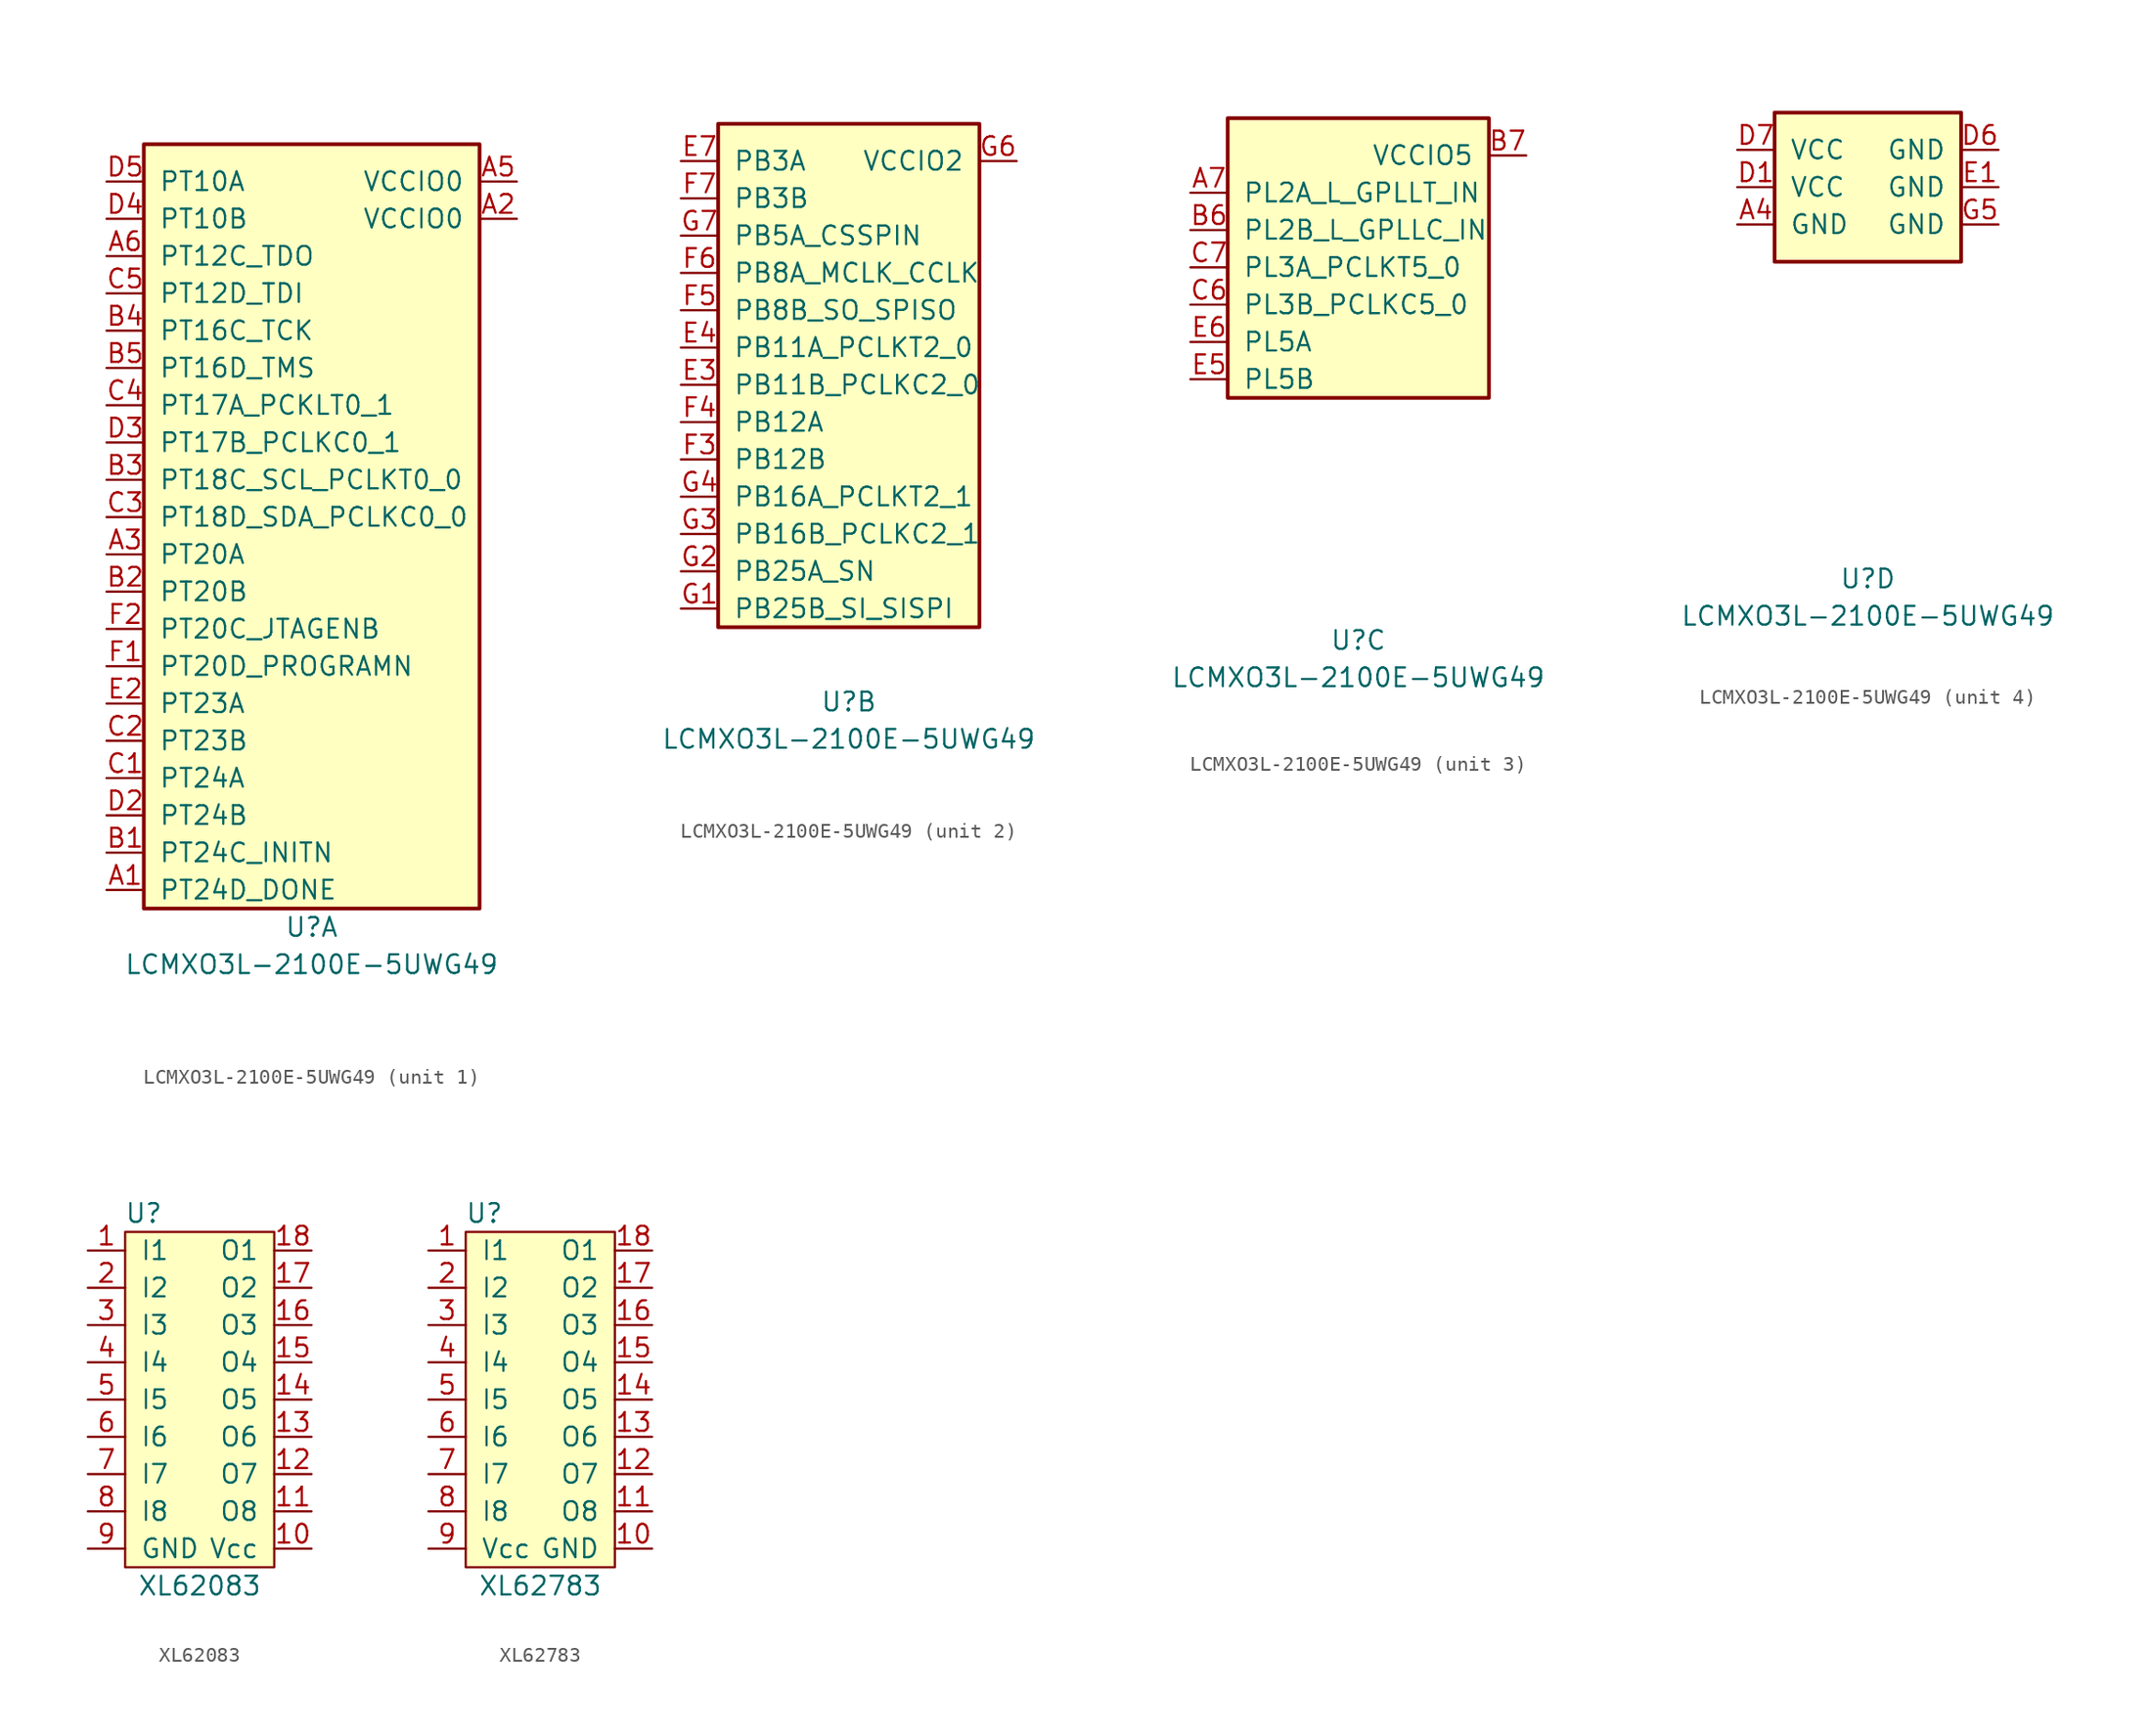
<source format=kicad_sym>
(kicad_symbol_lib
  (version 20211014)
  (generator kicad_symbol_editor)
  (symbol "LCMXO3L-2100E-5UWG49"
    (pin_names
      (offset 1.016))
    (property "Reference" "U"
      (at 0 -26.67 0)
      (effects (font (size 1.27 1.27))))
    (property "Value" "LCMXO3L-2100E-5UWG49"
      (at 0 -29.21 0)
      (effects (font (size 1.27 1.27))))
    (property "ki_locked" ""
      (at 0 0 0)
      (effects (font (size 1.27 1.27))))
    (symbol "LCMXO3L-2100E-5UWG49_1_1"
      (rectangle (start -11.43 26.67) (end 11.43 -25.4) (stroke (width 0.254) (type default) (color 0 0 0 0)) (fill (type background)))
      (pin bidirectional line (at -13.97 -24.13 0) (length 2.54) (name "PT24D_DONE" (effects (font (size 1.27 1.27)))) (number "A1" (effects (font (size 1.27 1.27)))))
      (pin power_in line (at 13.97 21.59 180) (length 2.54) (name "VCCIO0" (effects (font (size 1.27 1.27)))) (number "A2" (effects (font (size 1.27 1.27)))))
      (pin bidirectional line (at -13.97 -1.27 0) (length 2.54) (name "PT20A" (effects (font (size 1.27 1.27)))) (number "A3" (effects (font (size 1.27 1.27)))))
      (pin power_in line (at 13.97 24.13 180) (length 2.54) (name "VCCIO0" (effects (font (size 1.27 1.27)))) (number "A5" (effects (font (size 1.27 1.27)))))
      (pin bidirectional line (at -13.97 19.05 0) (length 2.54) (name "PT12C_TDO" (effects (font (size 1.27 1.27)))) (number "A6" (effects (font (size 1.27 1.27)))))
      (pin bidirectional line (at -13.97 -21.59 0) (length 2.54) (name "PT24C_INITN" (effects (font (size 1.27 1.27)))) (number "B1" (effects (font (size 1.27 1.27)))))
      (pin bidirectional line (at -13.97 -3.81 0) (length 2.54) (name "PT20B" (effects (font (size 1.27 1.27)))) (number "B2" (effects (font (size 1.27 1.27)))))
      (pin bidirectional line (at -13.97 3.81 0) (length 2.54) (name "PT18C_SCL_PCLKT0_0" (effects (font (size 1.27 1.27)))) (number "B3" (effects (font (size 1.27 1.27)))))
      (pin bidirectional line (at -13.97 13.97 0) (length 2.54) (name "PT16C_TCK" (effects (font (size 1.27 1.27)))) (number "B4" (effects (font (size 1.27 1.27)))))
      (pin bidirectional line (at -13.97 11.43 0) (length 2.54) (name "PT16D_TMS" (effects (font (size 1.27 1.27)))) (number "B5" (effects (font (size 1.27 1.27)))))
      (pin bidirectional line (at -13.97 -16.51 0) (length 2.54) (name "PT24A" (effects (font (size 1.27 1.27)))) (number "C1" (effects (font (size 1.27 1.27)))))
      (pin bidirectional line (at -13.97 -13.97 0) (length 2.54) (name "PT23B" (effects (font (size 1.27 1.27)))) (number "C2" (effects (font (size 1.27 1.27)))))
      (pin bidirectional line (at -13.97 1.27 0) (length 2.54) (name "PT18D_SDA_PCLKC0_0" (effects (font (size 1.27 1.27)))) (number "C3" (effects (font (size 1.27 1.27)))))
      (pin bidirectional line (at -13.97 8.89 0) (length 2.54) (name "PT17A_PCKLT0_1" (effects (font (size 1.27 1.27)))) (number "C4" (effects (font (size 1.27 1.27)))))
      (pin bidirectional line (at -13.97 16.51 0) (length 2.54) (name "PT12D_TDI" (effects (font (size 1.27 1.27)))) (number "C5" (effects (font (size 1.27 1.27)))))
      (pin bidirectional line (at -13.97 -19.05 0) (length 2.54) (name "PT24B" (effects (font (size 1.27 1.27)))) (number "D2" (effects (font (size 1.27 1.27)))))
      (pin bidirectional line (at -13.97 6.35 0) (length 2.54) (name "PT17B_PCLKC0_1" (effects (font (size 1.27 1.27)))) (number "D3" (effects (font (size 1.27 1.27)))))
      (pin bidirectional line (at -13.97 21.59 0) (length 2.54) (name "PT10B" (effects (font (size 1.27 1.27)))) (number "D4" (effects (font (size 1.27 1.27)))))
      (pin bidirectional line (at -13.97 24.13 0) (length 2.54) (name "PT10A" (effects (font (size 1.27 1.27)))) (number "D5" (effects (font (size 1.27 1.27)))))
      (pin bidirectional line (at -13.97 -11.43 0) (length 2.54) (name "PT23A" (effects (font (size 1.27 1.27)))) (number "E2" (effects (font (size 1.27 1.27)))))
      (pin bidirectional line (at -13.97 -8.89 0) (length 2.54) (name "PT20D_PROGRAMN" (effects (font (size 1.27 1.27)))) (number "F1" (effects (font (size 1.27 1.27)))))
      (pin bidirectional line (at -13.97 -6.35 0) (length 2.54) (name "PT20C_JTAGENB" (effects (font (size 1.27 1.27)))) (number "F2" (effects (font (size 1.27 1.27))))))
    (symbol "LCMXO3L-2100E-5UWG49_2_1"
      (rectangle (start -8.89 12.7) (end 8.89 -21.59) (stroke (width 0.254) (type default) (color 0 0 0 0)) (fill (type background)))
      (pin bidirectional line (at -11.43 -5.08 0) (length 2.54) (name "PB11B_PCLKC2_0" (effects (font (size 1.27 1.27)))) (number "E3" (effects (font (size 1.27 1.27)))))
      (pin bidirectional line (at -11.43 -2.54 0) (length 2.54) (name "PB11A_PCLKT2_0" (effects (font (size 1.27 1.27)))) (number "E4" (effects (font (size 1.27 1.27)))))
      (pin bidirectional line (at -11.43 10.16 0) (length 2.54) (name "PB3A" (effects (font (size 1.27 1.27)))) (number "E7" (effects (font (size 1.27 1.27)))))
      (pin bidirectional line (at -11.43 -10.16 0) (length 2.54) (name "PB12B" (effects (font (size 1.27 1.27)))) (number "F3" (effects (font (size 1.27 1.27)))))
      (pin bidirectional line (at -11.43 -7.62 0) (length 2.54) (name "PB12A" (effects (font (size 1.27 1.27)))) (number "F4" (effects (font (size 1.27 1.27)))))
      (pin bidirectional line (at -11.43 0 0) (length 2.54) (name "PB8B_SO_SPISO" (effects (font (size 1.27 1.27)))) (number "F5" (effects (font (size 1.27 1.27)))))
      (pin bidirectional line (at -11.43 2.54 0) (length 2.54) (name "PB8A_MCLK_CCLK" (effects (font (size 1.27 1.27)))) (number "F6" (effects (font (size 1.27 1.27)))))
      (pin bidirectional line (at -11.43 7.62 0) (length 2.54) (name "PB3B" (effects (font (size 1.27 1.27)))) (number "F7" (effects (font (size 1.27 1.27)))))
      (pin bidirectional line (at -11.43 -20.32 0) (length 2.54) (name "PB25B_SI_SISPI" (effects (font (size 1.27 1.27)))) (number "G1" (effects (font (size 1.27 1.27)))))
      (pin bidirectional line (at -11.43 -17.78 0) (length 2.54) (name "PB25A_SN" (effects (font (size 1.27 1.27)))) (number "G2" (effects (font (size 1.27 1.27)))))
      (pin bidirectional line (at -11.43 -15.24 0) (length 2.54) (name "PB16B_PCLKC2_1" (effects (font (size 1.27 1.27)))) (number "G3" (effects (font (size 1.27 1.27)))))
      (pin bidirectional line (at -11.43 -12.7 0) (length 2.54) (name "PB16A_PCLKT2_1" (effects (font (size 1.27 1.27)))) (number "G4" (effects (font (size 1.27 1.27)))))
      (pin power_in line (at 11.43 10.16 180) (length 2.54) (name "VCCIO2" (effects (font (size 1.27 1.27)))) (number "G6" (effects (font (size 1.27 1.27)))))
      (pin bidirectional line (at -11.43 5.08 0) (length 2.54) (name "PB5A_CSSPIN" (effects (font (size 1.27 1.27)))) (number "G7" (effects (font (size 1.27 1.27))))))
    (symbol "LCMXO3L-2100E-5UWG49_3_1"
      (rectangle (start -8.89 8.89) (end 8.89 -10.16) (stroke (width 0.254) (type default) (color 0 0 0 0)) (fill (type background)))
      (pin bidirectional line (at -11.43 3.81 0) (length 2.54) (name "PL2A_L_GPLLT_IN" (effects (font (size 1.27 1.27)))) (number "A7" (effects (font (size 1.27 1.27)))))
      (pin bidirectional line (at -11.43 1.27 0) (length 2.54) (name "PL2B_L_GPLLC_IN" (effects (font (size 1.27 1.27)))) (number "B6" (effects (font (size 1.27 1.27)))))
      (pin power_in line (at 11.43 6.35 180) (length 2.54) (name "VCCIO5" (effects (font (size 1.27 1.27)))) (number "B7" (effects (font (size 1.27 1.27)))))
      (pin bidirectional line (at -11.43 -3.81 0) (length 2.54) (name "PL3B_PCLKC5_0" (effects (font (size 1.27 1.27)))) (number "C6" (effects (font (size 1.27 1.27)))))
      (pin bidirectional line (at -11.43 -1.27 0) (length 2.54) (name "PL3A_PCLKT5_0" (effects (font (size 1.27 1.27)))) (number "C7" (effects (font (size 1.27 1.27)))))
      (pin bidirectional line (at -11.43 -8.89 0) (length 2.54) (name "PL5B" (effects (font (size 1.27 1.27)))) (number "E5" (effects (font (size 1.27 1.27)))))
      (pin bidirectional line (at -11.43 -6.35 0) (length 2.54) (name "PL5A" (effects (font (size 1.27 1.27)))) (number "E6" (effects (font (size 1.27 1.27))))))
    (symbol "LCMXO3L-2100E-5UWG49_4_1"
      (rectangle (start -6.35 5.08) (end 6.35 -5.08) (stroke (width 0.254) (type default) (color 0 0 0 0)) (fill (type background)))
      (pin power_in line (at -8.89 -2.54 0) (length 2.54) (name "GND" (effects (font (size 1.27 1.27)))) (number "A4" (effects (font (size 1.27 1.27)))))
      (pin power_in line (at -8.89 0 0) (length 2.54) (name "VCC" (effects (font (size 1.27 1.27)))) (number "D1" (effects (font (size 1.27 1.27)))))
      (pin power_in line (at 8.89 2.54 180) (length 2.54) (name "GND" (effects (font (size 1.27 1.27)))) (number "D6" (effects (font (size 1.27 1.27)))))
      (pin power_in line (at -8.89 2.54 0) (length 2.54) (name "VCC" (effects (font (size 1.27 1.27)))) (number "D7" (effects (font (size 1.27 1.27)))))
      (pin power_in line (at 8.89 0 180) (length 2.54) (name "GND" (effects (font (size 1.27 1.27)))) (number "E1" (effects (font (size 1.27 1.27)))))
      (pin power_in line (at 8.89 -2.54 180) (length 2.54) (name "GND" (effects (font (size 1.27 1.27)))) (number "G5" (effects (font (size 1.27 1.27)))))))
  (symbol "XL62083"
    (pin_names
      (offset 1.016))
    (property "Reference" "U"
      (at -3.81 12.7 0)
      (effects (font (size 1.27 1.27))))
    (property "Value" "XL62083"
      (at 0 -12.7 0)
      (effects (font (size 1.27 1.27))))
    (symbol "XL62083_0_1"
      (rectangle (start -5.08 11.43) (end 5.08 -11.43) (stroke (width 0) (type default) (color 0 0 0 0)) (fill (type background))))
    (symbol "XL62083_1_1"
      (pin input line (at -7.62 10.16 0) (length 2.54) (name "I1" (effects (font (size 1.27 1.27)))) (number "1" (effects (font (size 1.27 1.27)))))
      (pin power_in line (at 7.62 -10.16 180) (length 2.54) (name "Vcc" (effects (font (size 1.27 1.27)))) (number "10" (effects (font (size 1.27 1.27)))))
      (pin output line (at 7.62 -7.62 180) (length 2.54) (name "O8" (effects (font (size 1.27 1.27)))) (number "11" (effects (font (size 1.27 1.27)))))
      (pin output line (at 7.62 -5.08 180) (length 2.54) (name "O7" (effects (font (size 1.27 1.27)))) (number "12" (effects (font (size 1.27 1.27)))))
      (pin output line (at 7.62 -2.54 180) (length 2.54) (name "O6" (effects (font (size 1.27 1.27)))) (number "13" (effects (font (size 1.27 1.27)))))
      (pin output line (at 7.62 0 180) (length 2.54) (name "O5" (effects (font (size 1.27 1.27)))) (number "14" (effects (font (size 1.27 1.27)))))
      (pin output line (at 7.62 2.54 180) (length 2.54) (name "O4" (effects (font (size 1.27 1.27)))) (number "15" (effects (font (size 1.27 1.27)))))
      (pin output line (at 7.62 5.08 180) (length 2.54) (name "O3" (effects (font (size 1.27 1.27)))) (number "16" (effects (font (size 1.27 1.27)))))
      (pin output line (at 7.62 7.62 180) (length 2.54) (name "O2" (effects (font (size 1.27 1.27)))) (number "17" (effects (font (size 1.27 1.27)))))
      (pin output line (at 7.62 10.16 180) (length 2.54) (name "O1" (effects (font (size 1.27 1.27)))) (number "18" (effects (font (size 1.27 1.27)))))
      (pin input line (at -7.62 7.62 0) (length 2.54) (name "I2" (effects (font (size 1.27 1.27)))) (number "2" (effects (font (size 1.27 1.27)))))
      (pin input line (at -7.62 5.08 0) (length 2.54) (name "I3" (effects (font (size 1.27 1.27)))) (number "3" (effects (font (size 1.27 1.27)))))
      (pin input line (at -7.62 2.54 0) (length 2.54) (name "I4" (effects (font (size 1.27 1.27)))) (number "4" (effects (font (size 1.27 1.27)))))
      (pin input line (at -7.62 0 0) (length 2.54) (name "I5" (effects (font (size 1.27 1.27)))) (number "5" (effects (font (size 1.27 1.27)))))
      (pin input line (at -7.62 -2.54 0) (length 2.54) (name "I6" (effects (font (size 1.27 1.27)))) (number "6" (effects (font (size 1.27 1.27)))))
      (pin input line (at -7.62 -5.08 0) (length 2.54) (name "I7" (effects (font (size 1.27 1.27)))) (number "7" (effects (font (size 1.27 1.27)))))
      (pin input line (at -7.62 -7.62 0) (length 2.54) (name "I8" (effects (font (size 1.27 1.27)))) (number "8" (effects (font (size 1.27 1.27)))))
      (pin power_in line (at -7.62 -10.16 0) (length 2.54) (name "GND" (effects (font (size 1.27 1.27)))) (number "9" (effects (font (size 1.27 1.27)))))))
  (symbol "XL62783"
    (pin_names
      (offset 1.016))
    (property "Reference" "U"
      (at -3.81 12.7 0)
      (effects (font (size 1.27 1.27))))
    (property "Value" "XL62783"
      (at 0 -12.7 0)
      (effects (font (size 1.27 1.27))))
    (symbol "XL62783_0_1"
      (rectangle (start -5.08 11.43) (end 5.08 -11.43) (stroke (width 0) (type default) (color 0 0 0 0)) (fill (type background))))
    (symbol "XL62783_1_1"
      (pin input line (at -7.62 10.16 0) (length 2.54) (name "I1" (effects (font (size 1.27 1.27)))) (number "1" (effects (font (size 1.27 1.27)))))
      (pin power_in line (at 7.62 -10.16 180) (length 2.54) (name "GND" (effects (font (size 1.27 1.27)))) (number "10" (effects (font (size 1.27 1.27)))))
      (pin output line (at 7.62 -7.62 180) (length 2.54) (name "O8" (effects (font (size 1.27 1.27)))) (number "11" (effects (font (size 1.27 1.27)))))
      (pin output line (at 7.62 -5.08 180) (length 2.54) (name "O7" (effects (font (size 1.27 1.27)))) (number "12" (effects (font (size 1.27 1.27)))))
      (pin output line (at 7.62 -2.54 180) (length 2.54) (name "O6" (effects (font (size 1.27 1.27)))) (number "13" (effects (font (size 1.27 1.27)))))
      (pin output line (at 7.62 0 180) (length 2.54) (name "O5" (effects (font (size 1.27 1.27)))) (number "14" (effects (font (size 1.27 1.27)))))
      (pin output line (at 7.62 2.54 180) (length 2.54) (name "O4" (effects (font (size 1.27 1.27)))) (number "15" (effects (font (size 1.27 1.27)))))
      (pin output line (at 7.62 5.08 180) (length 2.54) (name "O3" (effects (font (size 1.27 1.27)))) (number "16" (effects (font (size 1.27 1.27)))))
      (pin output line (at 7.62 7.62 180) (length 2.54) (name "O2" (effects (font (size 1.27 1.27)))) (number "17" (effects (font (size 1.27 1.27)))))
      (pin output line (at 7.62 10.16 180) (length 2.54) (name "O1" (effects (font (size 1.27 1.27)))) (number "18" (effects (font (size 1.27 1.27)))))
      (pin input line (at -7.62 7.62 0) (length 2.54) (name "I2" (effects (font (size 1.27 1.27)))) (number "2" (effects (font (size 1.27 1.27)))))
      (pin input line (at -7.62 5.08 0) (length 2.54) (name "I3" (effects (font (size 1.27 1.27)))) (number "3" (effects (font (size 1.27 1.27)))))
      (pin input line (at -7.62 2.54 0) (length 2.54) (name "I4" (effects (font (size 1.27 1.27)))) (number "4" (effects (font (size 1.27 1.27)))))
      (pin input line (at -7.62 0 0) (length 2.54) (name "I5" (effects (font (size 1.27 1.27)))) (number "5" (effects (font (size 1.27 1.27)))))
      (pin input line (at -7.62 -2.54 0) (length 2.54) (name "I6" (effects (font (size 1.27 1.27)))) (number "6" (effects (font (size 1.27 1.27)))))
      (pin input line (at -7.62 -5.08 0) (length 2.54) (name "I7" (effects (font (size 1.27 1.27)))) (number "7" (effects (font (size 1.27 1.27)))))
      (pin input line (at -7.62 -7.62 0) (length 2.54) (name "I8" (effects (font (size 1.27 1.27)))) (number "8" (effects (font (size 1.27 1.27)))))
      (pin power_in line (at -7.62 -10.16 0) (length 2.54) (name "Vcc" (effects (font (size 1.27 1.27)))) (number "9" (effects (font (size 1.27 1.27))))))))
</source>
